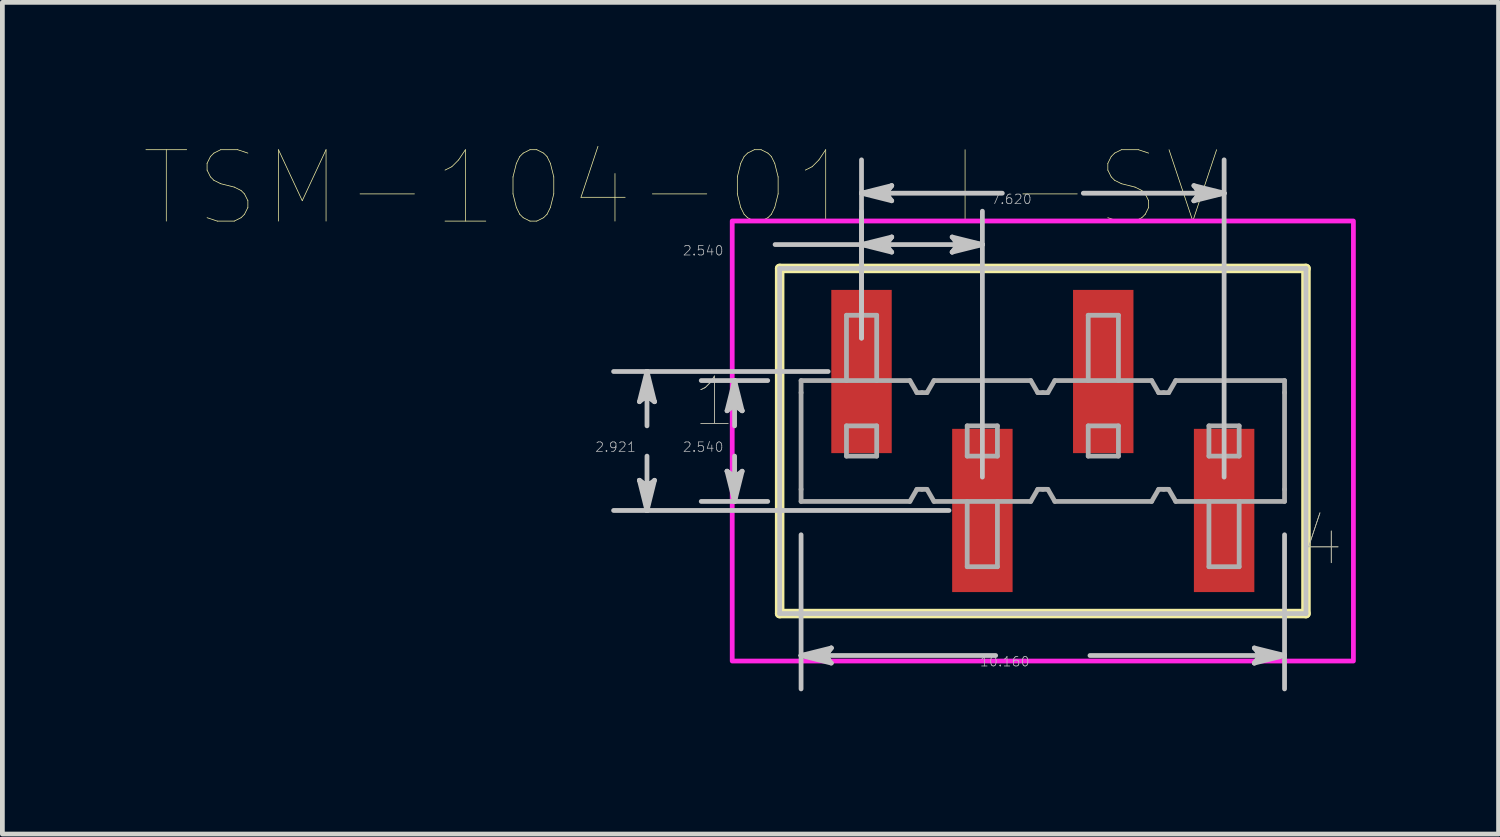
<source format=kicad_pcb>
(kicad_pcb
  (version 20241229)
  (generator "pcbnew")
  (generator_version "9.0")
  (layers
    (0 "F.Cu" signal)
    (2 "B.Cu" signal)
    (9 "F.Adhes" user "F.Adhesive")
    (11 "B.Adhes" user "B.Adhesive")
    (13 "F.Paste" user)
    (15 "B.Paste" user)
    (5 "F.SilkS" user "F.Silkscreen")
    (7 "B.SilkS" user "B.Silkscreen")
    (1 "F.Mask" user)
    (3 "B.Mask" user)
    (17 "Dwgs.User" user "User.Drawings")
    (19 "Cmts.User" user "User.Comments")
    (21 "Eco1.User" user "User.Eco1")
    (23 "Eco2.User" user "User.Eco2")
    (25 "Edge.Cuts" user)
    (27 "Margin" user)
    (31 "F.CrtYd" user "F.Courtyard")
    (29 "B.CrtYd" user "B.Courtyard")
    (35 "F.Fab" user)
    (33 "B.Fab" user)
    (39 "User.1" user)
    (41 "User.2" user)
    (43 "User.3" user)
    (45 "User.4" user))
  (footprint "TSM-104-01-L-SV"
    (layer "F.Cu")
    (at 18.864 6.217)
    (property "Reference" "TSM-104-01-L-SV" (at -7.598 -5.314 0) (layer "F.SilkS") (effects (font (size 1.5 1.5) (thickness 0.015))))
    (attr through_hole)
    (fp_poly (pts (xy -4.496 -3.226) (xy -3.124 -3.226) (xy -3.124 0.306) (xy -4.496 0.306)) (stroke (width 0.01) (type solid)) (fill yes) (layer "F.Mask"))
    (fp_poly (pts (xy -1.956 -0.306) (xy -0.584 -0.306) (xy -0.584 3.226) (xy -1.956 3.226)) (stroke (width 0.01) (type solid)) (fill yes) (layer "F.Mask"))
    (fp_poly (pts (xy 0.584 -3.226) (xy 1.956 -3.226) (xy 1.956 0.306) (xy 0.584 0.306)) (stroke (width 0.01) (type solid)) (fill yes) (layer "F.Mask"))
    (fp_poly (pts (xy 3.124 -0.306) (xy 4.496 -0.306) (xy 4.496 3.226) (xy 3.124 3.226)) (stroke (width 0.01) (type solid)) (fill yes) (layer "F.Mask"))
    (fp_line (start -5.53 -3.626) (end -5.53 3.627) (stroke (width 0.2) (type solid)) (layer "F.SilkS"))
    (fp_line (start -5.53 3.627) (end 5.53 3.627) (stroke (width 0.2) (type solid)) (layer "F.SilkS"))
    (fp_line (start 5.53 -3.626) (end -5.53 -3.626) (stroke (width 0.2) (type solid)) (layer "F.SilkS"))
    (fp_line (start 5.53 3.627) (end 5.53 -3.626) (stroke (width 0.2) (type solid)) (layer "F.SilkS"))
    (fp_poly (pts (xy -4.445 -3.175) (xy -3.175 -3.175) (xy -3.175 0.255) (xy -4.445 0.255)) (stroke (width 0.01) (type solid)) (fill yes) (layer "F.Paste"))
    (fp_poly (pts (xy -1.905 -0.255) (xy -0.635 -0.255) (xy -0.635 3.175) (xy -1.905 3.175)) (stroke (width 0.01) (type solid)) (fill yes) (layer "F.Paste"))
    (fp_poly (pts (xy 0.635 -3.175) (xy 1.905 -3.175) (xy 1.905 0.255) (xy 0.635 0.255)) (stroke (width 0.01) (type solid)) (fill yes) (layer "F.Paste"))
    (fp_poly (pts (xy 3.175 -0.255) (xy 4.445 -0.255) (xy 4.445 3.175) (xy 3.175 3.175)) (stroke (width 0.01) (type solid)) (fill yes) (layer "F.Paste"))
    (fp_line (start -8.477 -0.826) (end -8.318 -0.952) (stroke (width 0.1) (type solid)) (layer "Dwgs.User"))
    (fp_line (start -8.477 0.826) (end -8.318 1.46) (stroke (width 0.1) (type solid)) (layer "Dwgs.User"))
    (fp_line (start -8.398 -0.889) (end -8.318 -0.952) (stroke (width 0.1) (type solid)) (layer "Dwgs.User"))
    (fp_line (start -8.398 0.889) (end -8.477 0.826) (stroke (width 0.1) (type solid)) (layer "Dwgs.User"))
    (fp_line (start -8.318 -1.46) (end -8.477 -0.826) (stroke (width 0.1) (type solid)) (layer "Dwgs.User"))
    (fp_line (start -8.318 -1.46) (end -8.398 -0.889) (stroke (width 0.1) (type solid)) (layer "Dwgs.User"))
    (fp_line (start -8.318 -1.46) (end -8.239 -0.889) (stroke (width 0.1) (type solid)) (layer "Dwgs.User"))
    (fp_line (start -8.318 -0.952) (end -8.318 -1.46) (stroke (width 0.1) (type solid)) (layer "Dwgs.User"))
    (fp_line (start -8.318 -0.952) (end -8.16 -0.826) (stroke (width 0.1) (type solid)) (layer "Dwgs.User"))
    (fp_line (start -8.318 -0.318) (end -8.318 -1.46) (stroke (width 0.1) (type solid)) (layer "Dwgs.User"))
    (fp_line (start -8.318 0.318) (end -8.318 1.46) (stroke (width 0.1) (type solid)) (layer "Dwgs.User"))
    (fp_line (start -8.318 0.952) (end -8.477 0.826) (stroke (width 0.1) (type solid)) (layer "Dwgs.User"))
    (fp_line (start -8.318 0.952) (end -8.318 1.46) (stroke (width 0.1) (type solid)) (layer "Dwgs.User"))
    (fp_line (start -8.318 1.46) (end -8.398 0.889) (stroke (width 0.1) (type solid)) (layer "Dwgs.User"))
    (fp_line (start -8.318 1.46) (end -8.239 0.889) (stroke (width 0.1) (type solid)) (layer "Dwgs.User"))
    (fp_line (start -8.318 1.46) (end -8.16 0.826) (stroke (width 0.1) (type solid)) (layer "Dwgs.User"))
    (fp_line (start -8.239 -0.889) (end -8.16 -0.826) (stroke (width 0.1) (type solid)) (layer "Dwgs.User"))
    (fp_line (start -8.239 0.889) (end -8.318 0.952) (stroke (width 0.1) (type solid)) (layer "Dwgs.User"))
    (fp_line (start -8.16 -0.826) (end -8.318 -1.46) (stroke (width 0.1) (type solid)) (layer "Dwgs.User"))
    (fp_line (start -8.16 0.826) (end -8.318 0.952) (stroke (width 0.1) (type solid)) (layer "Dwgs.User"))
    (fp_line (start -6.636 -0.635) (end -6.477 -0.762) (stroke (width 0.1) (type solid)) (layer "Dwgs.User"))
    (fp_line (start -6.636 0.635) (end -6.477 1.27) (stroke (width 0.1) (type solid)) (layer "Dwgs.User"))
    (fp_line (start -6.556 -0.698) (end -6.477 -0.762) (stroke (width 0.1) (type solid)) (layer "Dwgs.User"))
    (fp_line (start -6.556 0.698) (end -6.636 0.635) (stroke (width 0.1) (type solid)) (layer "Dwgs.User"))
    (fp_line (start -6.477 -1.27) (end -6.636 -0.635) (stroke (width 0.1) (type solid)) (layer "Dwgs.User"))
    (fp_line (start -6.477 -1.27) (end -6.556 -0.698) (stroke (width 0.1) (type solid)) (layer "Dwgs.User"))
    (fp_line (start -6.477 -1.27) (end -6.398 -0.698) (stroke (width 0.1) (type solid)) (layer "Dwgs.User"))
    (fp_line (start -6.477 -0.762) (end -6.477 -1.27) (stroke (width 0.1) (type solid)) (layer "Dwgs.User"))
    (fp_line (start -6.477 -0.762) (end -6.318 -0.635) (stroke (width 0.1) (type solid)) (layer "Dwgs.User"))
    (fp_line (start -6.477 -0.318) (end -6.477 -1.27) (stroke (width 0.1) (type solid)) (layer "Dwgs.User"))
    (fp_line (start -6.477 0.318) (end -6.477 1.27) (stroke (width 0.1) (type solid)) (layer "Dwgs.User"))
    (fp_line (start -6.477 0.762) (end -6.636 0.635) (stroke (width 0.1) (type solid)) (layer "Dwgs.User"))
    (fp_line (start -6.477 0.762) (end -6.477 1.27) (stroke (width 0.1) (type solid)) (layer "Dwgs.User"))
    (fp_line (start -6.477 1.27) (end -6.556 0.698) (stroke (width 0.1) (type solid)) (layer "Dwgs.User"))
    (fp_line (start -6.477 1.27) (end -6.398 0.698) (stroke (width 0.1) (type solid)) (layer "Dwgs.User"))
    (fp_line (start -6.477 1.27) (end -6.318 0.635) (stroke (width 0.1) (type solid)) (layer "Dwgs.User"))
    (fp_line (start -6.398 -0.698) (end -6.318 -0.635) (stroke (width 0.1) (type solid)) (layer "Dwgs.User"))
    (fp_line (start -6.398 0.698) (end -6.477 0.762) (stroke (width 0.1) (type solid)) (layer "Dwgs.User"))
    (fp_line (start -6.318 -0.635) (end -6.477 -1.27) (stroke (width 0.1) (type solid)) (layer "Dwgs.User"))
    (fp_line (start -6.318 0.635) (end -6.477 0.762) (stroke (width 0.1) (type solid)) (layer "Dwgs.User"))
    (fp_line (start -5.781 -1.27) (end -7.178 -1.27) (stroke (width 0.1) (type solid)) (layer "Dwgs.User"))
    (fp_line (start -5.781 1.27) (end -7.178 1.27) (stroke (width 0.1) (type solid)) (layer "Dwgs.User"))
    (fp_line (start -5.626 -4.128) (end -3.81 -4.128) (stroke (width 0.1) (type solid)) (layer "Dwgs.User"))
    (fp_line (start -5.53 -3.626) (end -5.53 3.627) (stroke (width 0.1) (type solid)) (layer "Dwgs.User"))
    (fp_line (start -5.53 3.627) (end 5.53 3.627) (stroke (width 0.1) (type solid)) (layer "Dwgs.User"))
    (fp_line (start -5.08 1.971) (end -5.08 5.21) (stroke (width 0.1) (type solid)) (layer "Dwgs.User"))
    (fp_line (start -5.08 4.508) (end -4.508 4.429) (stroke (width 0.1) (type solid)) (layer "Dwgs.User"))
    (fp_line (start -5.08 4.508) (end -4.508 4.588) (stroke (width 0.1) (type solid)) (layer "Dwgs.User"))
    (fp_line (start -5.08 4.508) (end -4.445 4.667) (stroke (width 0.1) (type solid)) (layer "Dwgs.User"))
    (fp_line (start -4.572 4.508) (end -5.08 4.508) (stroke (width 0.1) (type solid)) (layer "Dwgs.User"))
    (fp_line (start -4.572 4.508) (end -4.445 4.35) (stroke (width 0.1) (type solid)) (layer "Dwgs.User"))
    (fp_line (start -4.511 -1.46) (end -9.02 -1.46) (stroke (width 0.1) (type solid)) (layer "Dwgs.User"))
    (fp_line (start -4.508 4.429) (end -4.445 4.35) (stroke (width 0.1) (type solid)) (layer "Dwgs.User"))
    (fp_line (start -4.508 4.588) (end -4.572 4.508) (stroke (width 0.1) (type solid)) (layer "Dwgs.User"))
    (fp_line (start -4.445 4.35) (end -5.08 4.508) (stroke (width 0.1) (type solid)) (layer "Dwgs.User"))
    (fp_line (start -4.445 4.667) (end -4.572 4.508) (stroke (width 0.1) (type solid)) (layer "Dwgs.User"))
    (fp_line (start -3.81 -5.207) (end -3.238 -5.286) (stroke (width 0.1) (type solid)) (layer "Dwgs.User"))
    (fp_line (start -3.81 -5.207) (end -3.238 -5.128) (stroke (width 0.1) (type solid)) (layer "Dwgs.User"))
    (fp_line (start -3.81 -5.207) (end -3.175 -5.048) (stroke (width 0.1) (type solid)) (layer "Dwgs.User"))
    (fp_line (start -3.81 -4.128) (end -3.238 -4.207) (stroke (width 0.1) (type solid)) (layer "Dwgs.User"))
    (fp_line (start -3.81 -4.128) (end -3.238 -4.048) (stroke (width 0.1) (type solid)) (layer "Dwgs.User"))
    (fp_line (start -3.81 -4.128) (end -3.175 -3.969) (stroke (width 0.1) (type solid)) (layer "Dwgs.User"))
    (fp_line (start -3.81 -4.128) (end -1.27 -4.128) (stroke (width 0.1) (type solid)) (layer "Dwgs.User"))
    (fp_line (start -3.81 -2.162) (end -3.81 -5.908) (stroke (width 0.1) (type solid)) (layer "Dwgs.User"))
    (fp_line (start -3.81 -2.162) (end -3.81 -4.829) (stroke (width 0.1) (type solid)) (layer "Dwgs.User"))
    (fp_line (start -3.302 -5.207) (end -3.81 -5.207) (stroke (width 0.1) (type solid)) (layer "Dwgs.User"))
    (fp_line (start -3.302 -5.207) (end -3.175 -5.366) (stroke (width 0.1) (type solid)) (layer "Dwgs.User"))
    (fp_line (start -3.302 -4.128) (end -3.81 -4.128) (stroke (width 0.1) (type solid)) (layer "Dwgs.User"))
    (fp_line (start -3.302 -4.128) (end -3.175 -4.286) (stroke (width 0.1) (type solid)) (layer "Dwgs.User"))
    (fp_line (start -3.238 -5.286) (end -3.175 -5.366) (stroke (width 0.1) (type solid)) (layer "Dwgs.User"))
    (fp_line (start -3.238 -5.128) (end -3.302 -5.207) (stroke (width 0.1) (type solid)) (layer "Dwgs.User"))
    (fp_line (start -3.238 -4.207) (end -3.175 -4.286) (stroke (width 0.1) (type solid)) (layer "Dwgs.User"))
    (fp_line (start -3.238 -4.048) (end -3.302 -4.128) (stroke (width 0.1) (type solid)) (layer "Dwgs.User"))
    (fp_line (start -3.175 -5.366) (end -3.81 -5.207) (stroke (width 0.1) (type solid)) (layer "Dwgs.User"))
    (fp_line (start -3.175 -5.048) (end -3.302 -5.207) (stroke (width 0.1) (type solid)) (layer "Dwgs.User"))
    (fp_line (start -3.175 -4.286) (end -3.81 -4.128) (stroke (width 0.1) (type solid)) (layer "Dwgs.User"))
    (fp_line (start -3.175 -3.969) (end -3.302 -4.128) (stroke (width 0.1) (type solid)) (layer "Dwgs.User"))
    (fp_line (start -1.971 1.46) (end -9.02 1.46) (stroke (width 0.1) (type solid)) (layer "Dwgs.User"))
    (fp_line (start -1.905 -4.286) (end -1.778 -4.128) (stroke (width 0.1) (type solid)) (layer "Dwgs.User"))
    (fp_line (start -1.905 -3.969) (end -1.27 -4.128) (stroke (width 0.1) (type solid)) (layer "Dwgs.User"))
    (fp_line (start -1.842 -4.207) (end -1.778 -4.128) (stroke (width 0.1) (type solid)) (layer "Dwgs.User"))
    (fp_line (start -1.842 -4.048) (end -1.905 -3.969) (stroke (width 0.1) (type solid)) (layer "Dwgs.User"))
    (fp_line (start -1.778 -4.128) (end -1.905 -3.969) (stroke (width 0.1) (type solid)) (layer "Dwgs.User"))
    (fp_line (start -1.778 -4.128) (end -1.27 -4.128) (stroke (width 0.1) (type solid)) (layer "Dwgs.User"))
    (fp_line (start -1.27 -4.128) (end -1.905 -4.286) (stroke (width 0.1) (type solid)) (layer "Dwgs.User"))
    (fp_line (start -1.27 -4.128) (end -1.842 -4.207) (stroke (width 0.1) (type solid)) (layer "Dwgs.User"))
    (fp_line (start -1.27 -4.128) (end -1.842 -4.048) (stroke (width 0.1) (type solid)) (layer "Dwgs.User"))
    (fp_line (start -1.27 0.759) (end -1.27 -4.829) (stroke (width 0.1) (type solid)) (layer "Dwgs.User"))
    (fp_line (start -0.991 4.508) (end -5.08 4.508) (stroke (width 0.1) (type solid)) (layer "Dwgs.User"))
    (fp_line (start -0.851 -5.207) (end -3.81 -5.207) (stroke (width 0.1) (type solid)) (layer "Dwgs.User"))
    (fp_line (start 0.851 -5.207) (end 3.81 -5.207) (stroke (width 0.1) (type solid)) (layer "Dwgs.User"))
    (fp_line (start 0.991 4.508) (end 5.08 4.508) (stroke (width 0.1) (type solid)) (layer "Dwgs.User"))
    (fp_line (start 3.175 -5.366) (end 3.302 -5.207) (stroke (width 0.1) (type solid)) (layer "Dwgs.User"))
    (fp_line (start 3.175 -5.048) (end 3.81 -5.207) (stroke (width 0.1) (type solid)) (layer "Dwgs.User"))
    (fp_line (start 3.238 -5.286) (end 3.302 -5.207) (stroke (width 0.1) (type solid)) (layer "Dwgs.User"))
    (fp_line (start 3.238 -5.128) (end 3.175 -5.048) (stroke (width 0.1) (type solid)) (layer "Dwgs.User"))
    (fp_line (start 3.302 -5.207) (end 3.175 -5.048) (stroke (width 0.1) (type solid)) (layer "Dwgs.User"))
    (fp_line (start 3.302 -5.207) (end 3.81 -5.207) (stroke (width 0.1) (type solid)) (layer "Dwgs.User"))
    (fp_line (start 3.81 -5.207) (end 3.175 -5.366) (stroke (width 0.1) (type solid)) (layer "Dwgs.User"))
    (fp_line (start 3.81 -5.207) (end 3.238 -5.286) (stroke (width 0.1) (type solid)) (layer "Dwgs.User"))
    (fp_line (start 3.81 -5.207) (end 3.238 -5.128) (stroke (width 0.1) (type solid)) (layer "Dwgs.User"))
    (fp_line (start 3.81 0.759) (end 3.81 -5.908) (stroke (width 0.1) (type solid)) (layer "Dwgs.User"))
    (fp_line (start 4.445 4.35) (end 4.572 4.508) (stroke (width 0.1) (type solid)) (layer "Dwgs.User"))
    (fp_line (start 4.445 4.667) (end 5.08 4.508) (stroke (width 0.1) (type solid)) (layer "Dwgs.User"))
    (fp_line (start 4.508 4.429) (end 4.572 4.508) (stroke (width 0.1) (type solid)) (layer "Dwgs.User"))
    (fp_line (start 4.508 4.588) (end 4.445 4.667) (stroke (width 0.1) (type solid)) (layer "Dwgs.User"))
    (fp_line (start 4.572 4.508) (end 4.445 4.667) (stroke (width 0.1) (type solid)) (layer "Dwgs.User"))
    (fp_line (start 4.572 4.508) (end 5.08 4.508) (stroke (width 0.1) (type solid)) (layer "Dwgs.User"))
    (fp_line (start 5.08 1.971) (end 5.08 5.21) (stroke (width 0.1) (type solid)) (layer "Dwgs.User"))
    (fp_line (start 5.08 4.508) (end 4.445 4.35) (stroke (width 0.1) (type solid)) (layer "Dwgs.User"))
    (fp_line (start 5.08 4.508) (end 4.508 4.429) (stroke (width 0.1) (type solid)) (layer "Dwgs.User"))
    (fp_line (start 5.08 4.508) (end 4.508 4.588) (stroke (width 0.1) (type solid)) (layer "Dwgs.User"))
    (fp_line (start 5.53 -3.626) (end -5.53 -3.626) (stroke (width 0.1) (type solid)) (layer "Dwgs.User"))
    (fp_line (start 5.53 3.627) (end 5.53 -3.626) (stroke (width 0.1) (type solid)) (layer "Dwgs.User"))
    (fp_poly (pts (xy 6.527 -4.623) (xy -6.527 -4.623) (xy -6.527 4.624) (xy 6.527 4.624) (xy 6.527 -4.623)) (stroke (width 0.1) (type solid)) (fill no) (layer "F.CrtYd"))
    (fp_line (start -5.08 -1.016) (end -5.08 -1.27) (stroke (width 0.1) (type solid)) (layer "F.Fab"))
    (fp_line (start -5.08 -1.016) (end -5.08 1.016) (stroke (width 0.1) (type solid)) (layer "F.Fab"))
    (fp_line (start -5.08 1.27) (end -5.08 1.016) (stroke (width 0.1) (type solid)) (layer "F.Fab"))
    (fp_line (start -5.08 1.27) (end -2.793 1.27) (stroke (width 0.1) (type solid)) (layer "F.Fab"))
    (fp_line (start -4.126 -2.642) (end -3.491 -2.642) (stroke (width 0.1) (type solid)) (layer "F.Fab"))
    (fp_line (start -4.126 -1.27) (end -4.126 -2.642) (stroke (width 0.1) (type solid)) (layer "F.Fab"))
    (fp_line (start -4.126 -0.318) (end -3.491 -0.318) (stroke (width 0.1) (type solid)) (layer "F.Fab"))
    (fp_line (start -4.126 0.318) (end -4.126 -0.318) (stroke (width 0.1) (type solid)) (layer "F.Fab"))
    (fp_line (start -4.126 0.318) (end -3.491 0.318) (stroke (width 0.1) (type solid)) (layer "F.Fab"))
    (fp_line (start -3.491 -1.27) (end -3.491 -2.642) (stroke (width 0.1) (type solid)) (layer "F.Fab"))
    (fp_line (start -3.491 -0.318) (end -3.491 0.318) (stroke (width 0.1) (type solid)) (layer "F.Fab"))
    (fp_line (start -2.793 -1.27) (end -5.08 -1.27) (stroke (width 0.1) (type solid)) (layer "F.Fab"))
    (fp_line (start -2.793 -1.27) (end -2.646 -1.016) (stroke (width 0.1) (type solid)) (layer "F.Fab"))
    (fp_line (start -2.646 -1.016) (end -2.54 -1.016) (stroke (width 0.1) (type solid)) (layer "F.Fab"))
    (fp_line (start -2.646 1.016) (end -2.793 1.27) (stroke (width 0.1) (type solid)) (layer "F.Fab"))
    (fp_line (start -2.54 -1.016) (end -2.434 -1.016) (stroke (width 0.1) (type solid)) (layer "F.Fab"))
    (fp_line (start -2.54 1.016) (end -2.646 1.016) (stroke (width 0.1) (type solid)) (layer "F.Fab"))
    (fp_line (start -2.434 -1.016) (end -2.287 -1.27) (stroke (width 0.1) (type solid)) (layer "F.Fab"))
    (fp_line (start -2.434 1.016) (end -2.54 1.016) (stroke (width 0.1) (type solid)) (layer "F.Fab"))
    (fp_line (start -2.287 1.27) (end -2.434 1.016) (stroke (width 0.1) (type solid)) (layer "F.Fab"))
    (fp_line (start -2.287 1.27) (end -0.253 1.27) (stroke (width 0.1) (type solid)) (layer "F.Fab"))
    (fp_line (start -1.589 0.318) (end -1.589 -0.318) (stroke (width 0.1) (type solid)) (layer "F.Fab"))
    (fp_line (start -1.589 1.27) (end -1.589 2.642) (stroke (width 0.1) (type solid)) (layer "F.Fab"))
    (fp_line (start -0.954 -0.318) (end -1.589 -0.318) (stroke (width 0.1) (type solid)) (layer "F.Fab"))
    (fp_line (start -0.954 -0.318) (end -0.954 0.318) (stroke (width 0.1) (type solid)) (layer "F.Fab"))
    (fp_line (start -0.954 0.318) (end -1.589 0.318) (stroke (width 0.1) (type solid)) (layer "F.Fab"))
    (fp_line (start -0.954 1.27) (end -0.954 2.642) (stroke (width 0.1) (type solid)) (layer "F.Fab"))
    (fp_line (start -0.954 2.642) (end -1.589 2.642) (stroke (width 0.1) (type solid)) (layer "F.Fab"))
    (fp_line (start -0.253 -1.27) (end -2.287 -1.27) (stroke (width 0.1) (type solid)) (layer "F.Fab"))
    (fp_line (start -0.253 -1.27) (end -0.106 -1.016) (stroke (width 0.1) (type solid)) (layer "F.Fab"))
    (fp_line (start -0.106 -1.016) (end 0.001 -1.016) (stroke (width 0.1) (type solid)) (layer "F.Fab"))
    (fp_line (start -0.106 1.016) (end -0.253 1.27) (stroke (width 0.1) (type solid)) (layer "F.Fab"))
    (fp_line (start -0.001 -1.016) (end 0.106 -1.016) (stroke (width 0.1) (type solid)) (layer "F.Fab"))
    (fp_line (start 0.001 1.016) (end -0.106 1.016) (stroke (width 0.1) (type solid)) (layer "F.Fab"))
    (fp_line (start 0.106 -1.016) (end 0.253 -1.27) (stroke (width 0.1) (type solid)) (layer "F.Fab"))
    (fp_line (start 0.106 1.016) (end -0.001 1.016) (stroke (width 0.1) (type solid)) (layer "F.Fab"))
    (fp_line (start 0.253 1.27) (end 0.106 1.016) (stroke (width 0.1) (type solid)) (layer "F.Fab"))
    (fp_line (start 0.253 1.27) (end 2.287 1.27) (stroke (width 0.1) (type solid)) (layer "F.Fab"))
    (fp_line (start 0.954 -2.642) (end 1.589 -2.642) (stroke (width 0.1) (type solid)) (layer "F.Fab"))
    (fp_line (start 0.954 -1.27) (end 0.954 -2.642) (stroke (width 0.1) (type solid)) (layer "F.Fab"))
    (fp_line (start 0.954 -0.318) (end 1.589 -0.318) (stroke (width 0.1) (type solid)) (layer "F.Fab"))
    (fp_line (start 0.954 0.318) (end 0.954 -0.318) (stroke (width 0.1) (type solid)) (layer "F.Fab"))
    (fp_line (start 0.954 0.318) (end 1.589 0.318) (stroke (width 0.1) (type solid)) (layer "F.Fab"))
    (fp_line (start 1.589 -1.27) (end 1.589 -2.642) (stroke (width 0.1) (type solid)) (layer "F.Fab"))
    (fp_line (start 1.589 -0.318) (end 1.589 0.318) (stroke (width 0.1) (type solid)) (layer "F.Fab"))
    (fp_line (start 2.287 -1.27) (end 0.253 -1.27) (stroke (width 0.1) (type solid)) (layer "F.Fab"))
    (fp_line (start 2.287 -1.27) (end 2.434 -1.016) (stroke (width 0.1) (type solid)) (layer "F.Fab"))
    (fp_line (start 2.434 -1.016) (end 2.54 -1.016) (stroke (width 0.1) (type solid)) (layer "F.Fab"))
    (fp_line (start 2.434 1.016) (end 2.287 1.27) (stroke (width 0.1) (type solid)) (layer "F.Fab"))
    (fp_line (start 2.54 -1.016) (end 2.646 -1.016) (stroke (width 0.1) (type solid)) (layer "F.Fab"))
    (fp_line (start 2.54 1.016) (end 2.434 1.016) (stroke (width 0.1) (type solid)) (layer "F.Fab"))
    (fp_line (start 2.646 -1.016) (end 2.793 -1.27) (stroke (width 0.1) (type solid)) (layer "F.Fab"))
    (fp_line (start 2.646 1.016) (end 2.54 1.016) (stroke (width 0.1) (type solid)) (layer "F.Fab"))
    (fp_line (start 2.793 1.27) (end 2.646 1.016) (stroke (width 0.1) (type solid)) (layer "F.Fab"))
    (fp_line (start 2.793 1.27) (end 5.08 1.27) (stroke (width 0.1) (type solid)) (layer "F.Fab"))
    (fp_line (start 3.491 0.318) (end 3.491 -0.318) (stroke (width 0.1) (type solid)) (layer "F.Fab"))
    (fp_line (start 3.491 1.27) (end 3.491 2.642) (stroke (width 0.1) (type solid)) (layer "F.Fab"))
    (fp_line (start 4.126 -0.318) (end 3.491 -0.318) (stroke (width 0.1) (type solid)) (layer "F.Fab"))
    (fp_line (start 4.126 -0.318) (end 4.126 0.318) (stroke (width 0.1) (type solid)) (layer "F.Fab"))
    (fp_line (start 4.126 0.318) (end 3.491 0.318) (stroke (width 0.1) (type solid)) (layer "F.Fab"))
    (fp_line (start 4.126 1.27) (end 4.126 2.642) (stroke (width 0.1) (type solid)) (layer "F.Fab"))
    (fp_line (start 4.126 2.642) (end 3.491 2.642) (stroke (width 0.1) (type solid)) (layer "F.Fab"))
    (fp_line (start 5.08 -1.27) (end 2.793 -1.27) (stroke (width 0.1) (type solid)) (layer "F.Fab"))
    (fp_line (start 5.08 -1.27) (end 5.08 -1.016) (stroke (width 0.1) (type solid)) (layer "F.Fab"))
    (fp_line (start 5.08 1.016) (end 5.08 -1.016) (stroke (width 0.1) (type solid)) (layer "F.Fab"))
    (fp_line (start 5.08 1.016) (end 5.08 1.27) (stroke (width 0.1) (type solid)) (layer "F.Fab"))
    (fp_text user "4" (at 5.871 2.096 0) (layer "F.SilkS") (effects (font (size 1 1) (thickness 0.015))))
    (fp_text user "1" (at -6.9 -0.826 0) (layer "F.SilkS") (effects (font (size 1 1) (thickness 0.015))))
    (fp_text user "10.160" (at -0.8 4.636 0) (layer "Dwgs.User") (effects (font (size 0.2 0.2) (thickness 0.015))))
    (fp_text user "2.540" (at -7.137 -4 0) (layer "Dwgs.User") (effects (font (size 0.2 0.2) (thickness 0.015))))
    (fp_text user "7.620" (at -0.66 -5.08 0) (layer "Dwgs.User") (effects (font (size 0.2 0.2) (thickness 0.015))))
    (fp_text user "2.921" (at -8.979 0.127 0) (layer "Dwgs.User") (effects (font (size 0.2 0.2) (thickness 0.015))))
    (fp_text user "2.540" (at -7.137 0.127 0) (layer "Dwgs.User") (effects (font (size 0.2 0.2) (thickness 0.015))))
    (fp_text user "4" (at 5.871 2.096 0) (layer "F.Fab") (effects (font (size 1 1) (thickness 0.015))))
    (fp_text user "1" (at -6.9 -0.826 0) (layer "F.Fab") (effects (font (size 1 1) (thickness 0.015))))
    (pad "1" smd rect (at -3.81 -1.46) (size 1.27 3.43) (layers "F.Cu" "F.Paste"))
    (pad "2" smd rect (at -1.27 1.46) (size 1.27 3.43) (layers "F.Cu" "F.Paste"))
    (pad "3" smd rect (at 1.27 -1.46) (size 1.27 3.43) (layers "F.Cu" "F.Paste"))
    (pad "4" smd rect (at 3.81 1.46) (size 1.27 3.43) (layers "F.Cu" "F.Paste")))
  (gr_rect
    (start -3 -3)
    (end 28.441 14.477)
    (stroke (width 0.1) (type default))
    (fill no)
    (layer "Edge.Cuts")))
</source>
